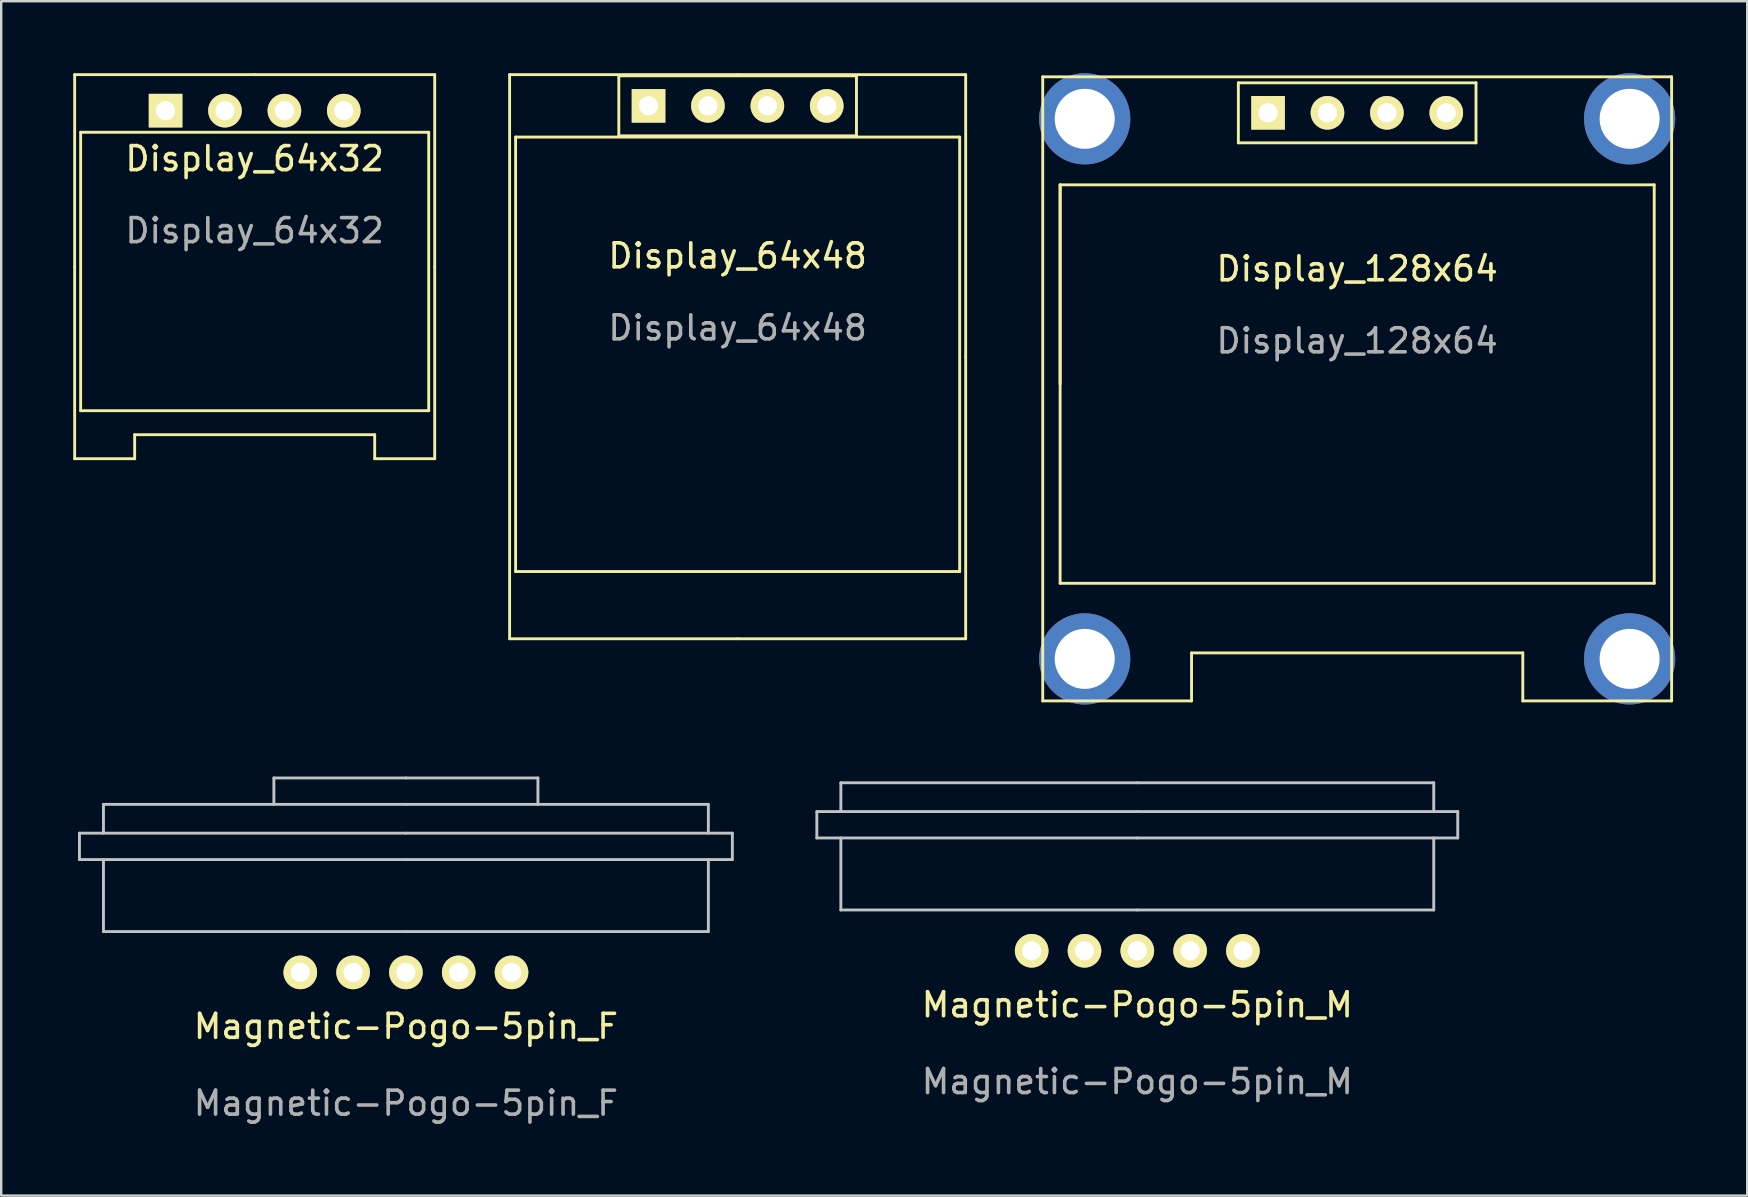
<source format=kicad_pcb>
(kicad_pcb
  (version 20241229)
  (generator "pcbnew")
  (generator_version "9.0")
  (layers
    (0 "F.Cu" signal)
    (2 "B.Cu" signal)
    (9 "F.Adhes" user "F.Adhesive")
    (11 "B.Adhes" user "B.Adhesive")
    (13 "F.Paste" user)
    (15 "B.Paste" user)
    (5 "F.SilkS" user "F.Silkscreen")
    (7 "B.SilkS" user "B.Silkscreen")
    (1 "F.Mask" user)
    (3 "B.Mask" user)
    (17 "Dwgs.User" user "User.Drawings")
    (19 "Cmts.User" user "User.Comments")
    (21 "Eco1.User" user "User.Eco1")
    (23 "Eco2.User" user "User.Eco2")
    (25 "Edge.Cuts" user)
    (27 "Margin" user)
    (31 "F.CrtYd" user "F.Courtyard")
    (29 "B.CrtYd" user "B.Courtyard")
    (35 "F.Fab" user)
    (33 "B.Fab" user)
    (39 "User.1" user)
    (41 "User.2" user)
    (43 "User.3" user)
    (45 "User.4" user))
  (footprint "Magnetic-Pogo-5pin_M"
    (layer "F.Cu")
    (at 44.33 36.56)
    (property "Reference" "Magnetic-Pogo-5pin_M" (at 0 2.25 0) (unlocked yes) (layer "F.SilkS") (effects (font (size 1 1) (thickness 0.15))))
    (attr smd)
    (fp_line (start -13.35 -5.8) (end 0 -5.8) (stroke (width 0.12) (type default)) (layer "Dwgs.User"))
    (fp_line (start -13.35 -4.7) (end -13.35 -5.8) (stroke (width 0.12) (type default)) (layer "Dwgs.User"))
    (fp_line (start -12.35 -7) (end -12.35 -5.8) (stroke (width 0.12) (type default)) (layer "Dwgs.User"))
    (fp_line (start -12.35 -1.7) (end -12.35 -4.7) (stroke (width 0.12) (type default)) (layer "Dwgs.User"))
    (fp_line (start 0 -7) (end -12.35 -7) (stroke (width 0.12) (type default)) (layer "Dwgs.User"))
    (fp_line (start 0 -7) (end 12.35 -7) (stroke (width 0.12) (type default)) (layer "Dwgs.User"))
    (fp_line (start 0 -5.8) (end 13.35 -5.8) (stroke (width 0.12) (type default)) (layer "Dwgs.User"))
    (fp_line (start 0 -4.7) (end -13.35 -4.7) (stroke (width 0.12) (type default)) (layer "Dwgs.User"))
    (fp_line (start 0 -1.7) (end -12.35 -1.7) (stroke (width 0.12) (type default)) (layer "Dwgs.User"))
    (fp_line (start 0 -1.7) (end 12.35 -1.7) (stroke (width 0.12) (type default)) (layer "Dwgs.User"))
    (fp_line (start 12.35 -5.8) (end 12.35 -7) (stroke (width 0.12) (type default)) (layer "Dwgs.User"))
    (fp_line (start 12.35 -1.7) (end 12.35 -4.7) (stroke (width 0.12) (type default)) (layer "Dwgs.User"))
    (fp_line (start 13.35 -5.8) (end 13.35 -4.7) (stroke (width 0.12) (type default)) (layer "Dwgs.User"))
    (fp_line (start 13.35 -4.7) (end 0 -4.7) (stroke (width 0.12) (type default)) (layer "Dwgs.User"))
    (fp_line (start 0 0) (end 0 -0.1) (stroke (width 0.12) (type default)) (layer "User.1"))
    (fp_line (start 0 0) (end 0 0.1) (stroke (width 0.12) (type default)) (layer "User.1"))
    (fp_line (start 0.1 0) (end -0.1 0) (stroke (width 0.12) (type default)) (layer "User.1"))
    (fp_line (start -13.55 -6) (end -13.55 -4.5) (stroke (width 0.12) (type default)) (layer "User.2"))
    (fp_line (start -12.55 -7.2) (end -12.55 -6) (stroke (width 0.12) (type default)) (layer "User.2"))
    (fp_line (start -12.55 -4.5) (end -12.55 -1.5) (stroke (width 0.12) (type default)) (layer "User.2"))
    (fp_line (start 0 -7.2) (end -12.55 -7.2) (stroke (width 0.12) (type default)) (layer "User.2"))
    (fp_line (start 0 -7.2) (end 12.55 -7.2) (stroke (width 0.12) (type default)) (layer "User.2"))
    (fp_line (start 0 -6) (end -13.55 -6) (stroke (width 0.12) (type default)) (layer "User.2"))
    (fp_line (start 0 -6) (end 13.55 -6) (stroke (width 0.12) (type default)) (layer "User.2"))
    (fp_line (start 0 -4.5) (end -13.55 -4.5) (stroke (width 0.12) (type default)) (layer "User.2"))
    (fp_line (start 0 -4.5) (end 13.55 -4.5) (stroke (width 0.12) (type default)) (layer "User.2"))
    (fp_line (start 0 -1.5) (end -12.55 -1.5) (stroke (width 0.12) (type default)) (layer "User.2"))
    (fp_line (start 0 -1.5) (end 12.55 -1.5) (stroke (width 0.12) (type default)) (layer "User.2"))
    (fp_line (start 12.55 -6) (end 12.55 -7.2) (stroke (width 0.12) (type default)) (layer "User.2"))
    (fp_line (start 12.55 -1.5) (end 12.55 -4.5) (stroke (width 0.12) (type default)) (layer "User.2"))
    (fp_line (start 13.55 -4.5) (end 13.55 -6) (stroke (width 0.12) (type default)) (layer "User.2"))
    (fp_text user "${REFERENCE}" (at 0 5.45 0) (unlocked yes) (layer "F.Fab") (effects (font (size 1 1) (thickness 0.15))))
    (pad "1" thru_hole circle (at -4.4 0) (size 1.4 1.4) (drill 0.8) (layers "*.Cu" "*.Mask" "F.SilkS"))
    (pad "2" thru_hole circle (at -2.2 0) (size 1.4 1.4) (drill 0.8) (layers "*.Cu" "*.Mask" "F.SilkS"))
    (pad "3" thru_hole circle (at 0 0) (size 1.4 1.4) (drill 0.8) (layers "*.Cu" "*.Mask" "F.SilkS"))
    (pad "4" thru_hole circle (at 2.2 0) (size 1.4 1.4) (drill 0.8) (layers "*.Cu" "*.Mask" "F.SilkS"))
    (pad "5" thru_hole circle (at 4.4 0) (size 1.4 1.4) (drill 0.8) (layers "*.Cu" "*.Mask" "F.SilkS")))
  (footprint "Display_64x32"
    (layer "F.Cu")
    (at 7.56 8.06)
    (property "Reference" "Display_64x32" (at 0 -4.5 0) (unlocked yes) (layer "F.SilkS") (effects (font (size 1 1) (thickness 0.15))))
    (attr through_hole)
    (fp_line (start -7.5 -8) (end 0 -8) (stroke (width 0.12) (type default)) (layer "F.SilkS"))
    (fp_line (start -7.5 0) (end -7.5 -8) (stroke (width 0.12) (type default)) (layer "F.SilkS"))
    (fp_line (start -7.5 8) (end -7.5 0) (stroke (width 0.12) (type default)) (layer "F.SilkS"))
    (fp_line (start -7.25 -5.6) (end 7.25 -5.6) (stroke (width 0.12) (type default)) (layer "F.SilkS"))
    (fp_line (start -7.25 6) (end -7.25 -5.6) (stroke (width 0.12) (type default)) (layer "F.SilkS"))
    (fp_line (start -5 7) (end 5 7) (stroke (width 0.12) (type default)) (layer "F.SilkS"))
    (fp_line (start -5 8) (end -7.5 8) (stroke (width 0.12) (type default)) (layer "F.SilkS"))
    (fp_line (start -5 8) (end -5 7) (stroke (width 0.12) (type default)) (layer "F.SilkS"))
    (fp_line (start 0 -8) (end 7.5 -8) (stroke (width 0.12) (type default)) (layer "F.SilkS"))
    (fp_line (start 5 7) (end 5 8) (stroke (width 0.12) (type default)) (layer "F.SilkS"))
    (fp_line (start 5 8) (end 7.5 8) (stroke (width 0.12) (type default)) (layer "F.SilkS"))
    (fp_line (start 7.25 -5.6) (end 7.25 6) (stroke (width 0.12) (type default)) (layer "F.SilkS"))
    (fp_line (start 7.25 6) (end -7.25 6) (stroke (width 0.12) (type default)) (layer "F.SilkS"))
    (fp_line (start 7.5 -8) (end 7.5 0) (stroke (width 0.12) (type default)) (layer "F.SilkS"))
    (fp_line (start 7.5 0) (end 7.5 8) (stroke (width 0.12) (type default)) (layer "F.SilkS"))
    (fp_line (start 0 -0.1) (end 0 0.1) (stroke (width 0.12) (type default)) (layer "User.1"))
    (fp_line (start 0.1 0) (end -0.1 0) (stroke (width 0.12) (type default)) (layer "User.1"))
    (fp_text user "${REFERENCE}" (at 0 -1.5 0) (unlocked yes) (layer "F.Fab") (effects (font (size 1 1) (thickness 0.15))))
    (pad "1" thru_hole rect (at -3.712 -6.5) (size 1.4 1.4) (drill 0.8) (layers "*.Cu" "*.Mask" "F.SilkS"))
    (pad "2" thru_hole circle (at -1.238 -6.5) (size 1.4 1.4) (drill 0.8) (layers "*.Cu" "*.Mask" "F.SilkS"))
    (pad "3" thru_hole circle (at 1.238 -6.5) (size 1.4 1.4) (drill 0.8) (layers "*.Cu" "*.Mask" "F.SilkS"))
    (pad "4" thru_hole circle (at 3.712 -6.5) (size 1.4 1.4) (drill 0.8) (layers "*.Cu" "*.Mask" "F.SilkS")))
  (footprint "Magnetic-Pogo-5pin_F"
    (layer "F.Cu")
    (at 13.86 37.46)
    (property "Reference" "Magnetic-Pogo-5pin_F" (at 0 2.25 0) (unlocked yes) (layer "F.SilkS") (effects (font (size 1 1) (thickness 0.15))))
    (attr smd)
    (fp_line (start -13.6 -4.7) (end -13.6 -5.8) (stroke (width 0.12) (type default)) (layer "Dwgs.User"))
    (fp_line (start -12.6 -7) (end -12.6 -5.8) (stroke (width 0.12) (type default)) (layer "Dwgs.User"))
    (fp_line (start -12.6 -1.7) (end -12.6 -4.7) (stroke (width 0.12) (type default)) (layer "Dwgs.User"))
    (fp_line (start -5.5 -8.1) (end -5.5 -7) (stroke (width 0.12) (type default)) (layer "Dwgs.User"))
    (fp_line (start 0 -8.1) (end -5.5 -8.1) (stroke (width 0.12) (type default)) (layer "Dwgs.User"))
    (fp_line (start 0 -8.1) (end 5.5 -8.1) (stroke (width 0.12) (type default)) (layer "Dwgs.User"))
    (fp_line (start 0 -7) (end -12.6 -7) (stroke (width 0.12) (type default)) (layer "Dwgs.User"))
    (fp_line (start 0 -7) (end 12.6 -7) (stroke (width 0.12) (type default)) (layer "Dwgs.User"))
    (fp_line (start 0 -5.8) (end -13.6 -5.8) (stroke (width 0.12) (type default)) (layer "Dwgs.User"))
    (fp_line (start 0 -5.8) (end 13.6 -5.8) (stroke (width 0.12) (type default)) (layer "Dwgs.User"))
    (fp_line (start 0 -4.7) (end -13.6 -4.7) (stroke (width 0.12) (type default)) (layer "Dwgs.User"))
    (fp_line (start 0 -4.7) (end 13.6 -4.7) (stroke (width 0.12) (type default)) (layer "Dwgs.User"))
    (fp_line (start 0 -1.7) (end -12.6 -1.7) (stroke (width 0.12) (type default)) (layer "Dwgs.User"))
    (fp_line (start 0 -1.7) (end 12.6 -1.7) (stroke (width 0.12) (type default)) (layer "Dwgs.User"))
    (fp_line (start 5.5 -8.1) (end 5.5 -7) (stroke (width 0.12) (type default)) (layer "Dwgs.User"))
    (fp_line (start 12.6 -5.8) (end 12.6 -7) (stroke (width 0.12) (type default)) (layer "Dwgs.User"))
    (fp_line (start 12.6 -1.7) (end 12.6 -4.7) (stroke (width 0.12) (type default)) (layer "Dwgs.User"))
    (fp_line (start 13.6 -5.8) (end 13.6 -4.7) (stroke (width 0.12) (type default)) (layer "Dwgs.User"))
    (fp_line (start 0 0) (end 0 -0.1) (stroke (width 0.12) (type default)) (layer "User.1"))
    (fp_line (start 0 0) (end 0 0.1) (stroke (width 0.12) (type default)) (layer "User.1"))
    (fp_line (start 0.1 0) (end -0.1 0) (stroke (width 0.12) (type default)) (layer "User.1"))
    (fp_line (start -13.8 -6) (end -13.8 -4.5) (stroke (width 0.12) (type default)) (layer "User.2"))
    (fp_line (start -13.8 -4.5) (end -12.8 -4.5) (stroke (width 0.12) (type default)) (layer "User.2"))
    (fp_line (start -12.8 -7.2) (end -12.8 -6) (stroke (width 0.12) (type default)) (layer "User.2"))
    (fp_line (start -12.8 -6) (end -13.8 -6) (stroke (width 0.12) (type default)) (layer "User.2"))
    (fp_line (start -12.8 -6) (end 0 -6) (stroke (width 0.12) (type default)) (layer "User.2"))
    (fp_line (start -12.8 -4.5) (end -12.8 -1.5) (stroke (width 0.12) (type default)) (layer "User.2"))
    (fp_line (start -12.8 -1.5) (end 0 -1.5) (stroke (width 0.12) (type default)) (layer "User.2"))
    (fp_line (start 0 -7.2) (end -12.8 -7.2) (stroke (width 0.12) (type default)) (layer "User.2"))
    (fp_line (start 0 -6) (end 12.8 -6) (stroke (width 0.12) (type default)) (layer "User.2"))
    (fp_line (start 0 -4.5) (end -12.8 -4.5) (stroke (width 0.12) (type default)) (layer "User.2"))
    (fp_line (start 0 -1.5) (end 12.8 -1.5) (stroke (width 0.12) (type default)) (layer "User.2"))
    (fp_line (start 12.8 -7.2) (end 0 -7.2) (stroke (width 0.12) (type default)) (layer "User.2"))
    (fp_line (start 12.8 -6) (end 12.8 -7.2) (stroke (width 0.12) (type default)) (layer "User.2"))
    (fp_line (start 12.8 -4.5) (end 0 -4.5) (stroke (width 0.12) (type default)) (layer "User.2"))
    (fp_line (start 12.8 -4.5) (end 13.8 -4.5) (stroke (width 0.12) (type default)) (layer "User.2"))
    (fp_line (start 12.8 -1.5) (end 12.8 -4.5) (stroke (width 0.12) (type default)) (layer "User.2"))
    (fp_line (start 13.8 -6) (end 12.8 -6) (stroke (width 0.12) (type default)) (layer "User.2"))
    (fp_line (start 13.8 -4.5) (end 13.8 -6) (stroke (width 0.12) (type default)) (layer "User.2"))
    (fp_text user "${REFERENCE}" (at 0 5.45 0) (unlocked yes) (layer "F.Fab") (effects (font (size 1 1) (thickness 0.15))))
    (pad "1" thru_hole circle (at -4.4 0) (size 1.4 1.4) (drill 0.8) (layers "*.Cu" "*.Mask" "F.SilkS"))
    (pad "2" thru_hole circle (at -2.2 0) (size 1.4 1.4) (drill 0.8) (layers "*.Cu" "*.Mask" "F.SilkS"))
    (pad "3" thru_hole circle (at 0 0) (size 1.4 1.4) (drill 0.8) (layers "*.Cu" "*.Mask" "F.SilkS"))
    (pad "4" thru_hole circle (at 2.2 0) (size 1.4 1.4) (drill 0.8) (layers "*.Cu" "*.Mask" "F.SilkS"))
    (pad "5" thru_hole circle (at 4.4 0) (size 1.4 1.4) (drill 0.8) (layers "*.Cu" "*.Mask" "F.SilkS")))
  (footprint "Display_128x64"
    (layer "F.Cu")
    (at 53.49 13.15)
    (property "Reference" "Display_128x64" (at 0 -5 0) (unlocked yes) (layer "F.SilkS") (effects (font (size 1 1) (thickness 0.15))))
    (attr through_hole)
    (fp_line (start -13.1 -13) (end 13.1 -13) (stroke (width 0.12) (type default)) (layer "F.SilkS"))
    (fp_line (start -13.1 13) (end -13.1 -13) (stroke (width 0.12) (type default)) (layer "F.SilkS"))
    (fp_line (start -12.375 -8.5) (end -12.375 -0.2) (stroke (width 0.12) (type default)) (layer "F.SilkS"))
    (fp_line (start -12.375 -8.5) (end 12.375 -8.5) (stroke (width 0.12) (type default)) (layer "F.SilkS"))
    (fp_line (start -12.375 8.1) (end -12.375 -8.5) (stroke (width 0.12) (type default)) (layer "F.SilkS"))
    (fp_line (start -6.9 11) (end -6.9 13) (stroke (width 0.12) (type default)) (layer "F.SilkS"))
    (fp_line (start -6.9 13) (end -13.1 13) (stroke (width 0.12) (type default)) (layer "F.SilkS"))
    (fp_line (start -4.95 -12.75) (end 4.95 -12.75) (stroke (width 0.12) (type default)) (layer "F.SilkS"))
    (fp_line (start -4.95 -10.25) (end -4.95 -12.75) (stroke (width 0.12) (type default)) (layer "F.SilkS"))
    (fp_line (start 4.95 -12.75) (end 4.95 -10.25) (stroke (width 0.12) (type default)) (layer "F.SilkS"))
    (fp_line (start 4.95 -10.25) (end -4.95 -10.25) (stroke (width 0.12) (type default)) (layer "F.SilkS"))
    (fp_line (start 6.9 11) (end -6.9 11) (stroke (width 0.12) (type default)) (layer "F.SilkS"))
    (fp_line (start 6.9 13) (end 6.9 11) (stroke (width 0.12) (type default)) (layer "F.SilkS"))
    (fp_line (start 12.375 -8.5) (end 12.375 8.1) (stroke (width 0.12) (type default)) (layer "F.SilkS"))
    (fp_line (start 12.375 8.1) (end -12.375 8.1) (stroke (width 0.12) (type default)) (layer "F.SilkS"))
    (fp_line (start 13.1 -13) (end 13.1 13) (stroke (width 0.12) (type default)) (layer "F.SilkS"))
    (fp_line (start 13.1 13) (end 6.9 13) (stroke (width 0.12) (type default)) (layer "F.SilkS"))
    (fp_line (start -13.1 -13) (end -11.35 -13) (stroke (width 0.12) (type default)) (layer "User.1"))
    (fp_line (start -13.1 13) (end -11.35 13) (stroke (width 0.12) (type default)) (layer "User.1"))
    (fp_line (start 13.1 -13) (end 11.35 -13) (stroke (width 0.12) (type default)) (layer "User.1"))
    (fp_line (start 13.1 13) (end 11.35 13) (stroke (width 0.12) (type default)) (layer "User.1"))
    (fp_text user "${REFERENCE}" (at 0 -2 0) (unlocked yes) (layer "F.Fab") (effects (font (size 1 1) (thickness 0.15))))
    (pad "" np_thru_hole circle (at -11.35 -11.25) (size 3.8 3.8) (drill 2.5) (layers "*.Cu" "*.Mask"))
    (pad "" np_thru_hole circle (at -11.35 11.25) (size 3.8 3.8) (drill 2.5) (layers "*.Cu" "*.Mask"))
    (pad "" np_thru_hole circle (at 11.35 -11.25) (size 3.8 3.8) (drill 2.5) (layers "*.Cu" "*.Mask"))
    (pad "" np_thru_hole circle (at 11.35 11.25) (size 3.8 3.8) (drill 2.5) (layers "*.Cu" "*.Mask"))
    (pad "1" thru_hole circle (at 3.712 -11.5) (size 1.4 1.4) (drill 0.8) (layers "*.Cu" "*.Mask" "F.SilkS"))
    (pad "2" thru_hole circle (at 1.238 -11.5) (size 1.4 1.4) (drill 0.8) (layers "*.Cu" "*.Mask" "F.SilkS"))
    (pad "3" thru_hole circle (at -1.238 -11.5) (size 1.4 1.4) (drill 0.8) (layers "*.Cu" "*.Mask" "F.SilkS"))
    (pad "4" thru_hole rect (at -3.712 -11.5) (size 1.4 1.4) (drill 0.8) (layers "*.Cu" "*.Mask" "F.SilkS")))
  (footprint "Display_64x48"
    (layer "F.Cu")
    (at 27.68 11.81)
    (property "Reference" "Display_64x48" (at 0 -4.2 0) (unlocked yes) (layer "F.SilkS") (effects (font (size 1 1) (thickness 0.15))))
    (attr through_hole)
    (fp_line (start -9.5 -11.75) (end 0 -11.75) (stroke (width 0.12) (type default)) (layer "F.SilkS"))
    (fp_line (start -9.5 11.75) (end -9.5 -11.75) (stroke (width 0.12) (type default)) (layer "F.SilkS"))
    (fp_line (start -9.25 -9.15) (end 9.25 -9.15) (stroke (width 0.12) (type default)) (layer "F.SilkS"))
    (fp_line (start -9.25 8.95) (end -9.25 -9.15) (stroke (width 0.12) (type default)) (layer "F.SilkS"))
    (fp_line (start -4.95 -11.7) (end 4.95 -11.7) (stroke (width 0.12) (type default)) (layer "F.SilkS"))
    (fp_line (start -4.95 -9.2) (end -4.95 -11.7) (stroke (width 0.12) (type default)) (layer "F.SilkS"))
    (fp_line (start 0 -11.75) (end 9.5 -11.75) (stroke (width 0.12) (type default)) (layer "F.SilkS"))
    (fp_line (start 0 11.75) (end -9.5 11.75) (stroke (width 0.12) (type default)) (layer "F.SilkS"))
    (fp_line (start 4.95 -11.7) (end 4.95 -9.2) (stroke (width 0.12) (type default)) (layer "F.SilkS"))
    (fp_line (start 4.95 -9.2) (end -4.95 -9.2) (stroke (width 0.12) (type default)) (layer "F.SilkS"))
    (fp_line (start 9.25 -9.15) (end 9.25 8.95) (stroke (width 0.12) (type default)) (layer "F.SilkS"))
    (fp_line (start 9.25 8.95) (end -9.25 8.95) (stroke (width 0.12) (type default)) (layer "F.SilkS"))
    (fp_line (start 9.5 -11.75) (end 9.5 0) (stroke (width 0.12) (type default)) (layer "F.SilkS"))
    (fp_line (start 9.5 0) (end 9.5 11.75) (stroke (width 0.12) (type default)) (layer "F.SilkS"))
    (fp_line (start 9.5 11.75) (end 0 11.75) (stroke (width 0.12) (type default)) (layer "F.SilkS"))
    (fp_line (start 0 -0.1) (end 0 0.1) (stroke (width 0.12) (type default)) (layer "User.1"))
    (fp_line (start 0.1 0) (end -0.1 0) (stroke (width 0.12) (type default)) (layer "User.1"))
    (fp_text user "${REFERENCE}" (at 0 -1.2 0) (unlocked yes) (layer "F.Fab") (effects (font (size 1 1) (thickness 0.15))))
    (pad "1" thru_hole circle (at 3.712 -10.45) (size 1.4 1.4) (drill 0.8) (layers "*.Cu" "*.Mask" "F.SilkS"))
    (pad "2" thru_hole circle (at 1.238 -10.45) (size 1.4 1.4) (drill 0.8) (layers "*.Cu" "*.Mask" "F.SilkS"))
    (pad "3" thru_hole circle (at -1.238 -10.45) (size 1.4 1.4) (drill 0.8) (layers "*.Cu" "*.Mask" "F.SilkS"))
    (pad "4" thru_hole rect (at -3.712 -10.45) (size 1.4 1.4) (drill 0.8) (layers "*.Cu" "*.Mask" "F.SilkS")))
  (gr_rect
    (start -3 -3)
    (end 69.74 46.758)
    (stroke (width 0.1) (type default))
    (fill no)
    (layer "Edge.Cuts")))
</source>
